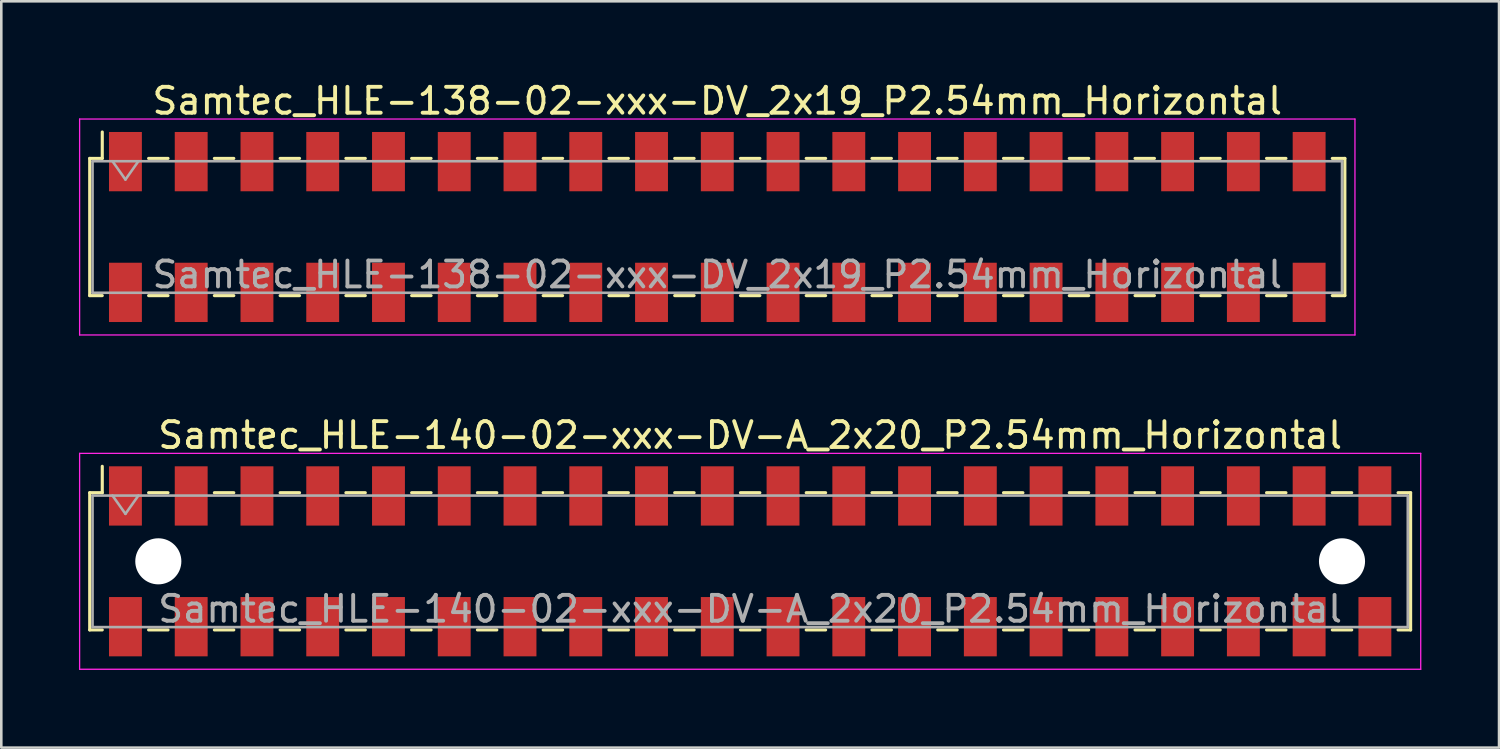
<source format=kicad_pcb>
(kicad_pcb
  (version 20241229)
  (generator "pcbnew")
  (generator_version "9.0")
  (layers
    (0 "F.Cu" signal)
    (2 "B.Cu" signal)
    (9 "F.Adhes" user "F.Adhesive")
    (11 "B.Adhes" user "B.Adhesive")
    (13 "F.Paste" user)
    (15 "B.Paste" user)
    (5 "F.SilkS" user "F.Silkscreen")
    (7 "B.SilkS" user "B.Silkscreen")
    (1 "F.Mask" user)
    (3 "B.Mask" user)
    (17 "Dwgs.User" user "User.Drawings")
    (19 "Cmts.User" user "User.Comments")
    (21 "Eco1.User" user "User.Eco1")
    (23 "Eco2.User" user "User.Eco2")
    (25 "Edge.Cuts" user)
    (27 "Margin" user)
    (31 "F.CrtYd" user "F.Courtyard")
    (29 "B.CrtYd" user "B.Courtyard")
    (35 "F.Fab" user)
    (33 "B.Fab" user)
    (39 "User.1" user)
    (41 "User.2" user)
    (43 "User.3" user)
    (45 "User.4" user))
  (footprint "Samtec_HLE-140-02-xxx-DV-A_2x20_P2.54mm_Horizontal"
    (layer "F.Cu")
    (at 25.925 18.631)
    (property "Reference" "Samtec_HLE-140-02-xxx-DV-A_2x20_P2.54mm_Horizontal" (at 0 -4.87 0) (layer "F.SilkS") (effects (font (size 1 1) (thickness 0.15))))
    (attr smd)
    (fp_line (start -25.51 -2.65) (end -25.51 2.65) (stroke (width 0.12) (type solid)) (layer "F.SilkS"))
    (fp_line (start -25.51 2.65) (end -25.025 2.65) (stroke (width 0.12) (type solid)) (layer "F.SilkS"))
    (fp_line (start -25.025 -3.67) (end -25.025 -2.65) (stroke (width 0.12) (type solid)) (layer "F.SilkS"))
    (fp_line (start -25.025 -2.65) (end -25.51 -2.65) (stroke (width 0.12) (type solid)) (layer "F.SilkS"))
    (fp_line (start -23.235 -2.65) (end -22.485 -2.65) (stroke (width 0.12) (type solid)) (layer "F.SilkS"))
    (fp_line (start -23.235 2.65) (end -22.485 2.65) (stroke (width 0.12) (type solid)) (layer "F.SilkS"))
    (fp_line (start -20.695 -2.65) (end -19.945 -2.65) (stroke (width 0.12) (type solid)) (layer "F.SilkS"))
    (fp_line (start -20.695 2.65) (end -19.945 2.65) (stroke (width 0.12) (type solid)) (layer "F.SilkS"))
    (fp_line (start -18.155 -2.65) (end -17.405 -2.65) (stroke (width 0.12) (type solid)) (layer "F.SilkS"))
    (fp_line (start -18.155 2.65) (end -17.405 2.65) (stroke (width 0.12) (type solid)) (layer "F.SilkS"))
    (fp_line (start -15.615 -2.65) (end -14.865 -2.65) (stroke (width 0.12) (type solid)) (layer "F.SilkS"))
    (fp_line (start -15.615 2.65) (end -14.865 2.65) (stroke (width 0.12) (type solid)) (layer "F.SilkS"))
    (fp_line (start -13.075 -2.65) (end -12.325 -2.65) (stroke (width 0.12) (type solid)) (layer "F.SilkS"))
    (fp_line (start -13.075 2.65) (end -12.325 2.65) (stroke (width 0.12) (type solid)) (layer "F.SilkS"))
    (fp_line (start -10.535 -2.65) (end -9.785 -2.65) (stroke (width 0.12) (type solid)) (layer "F.SilkS"))
    (fp_line (start -10.535 2.65) (end -9.785 2.65) (stroke (width 0.12) (type solid)) (layer "F.SilkS"))
    (fp_line (start -7.995 -2.65) (end -7.245 -2.65) (stroke (width 0.12) (type solid)) (layer "F.SilkS"))
    (fp_line (start -7.995 2.65) (end -7.245 2.65) (stroke (width 0.12) (type solid)) (layer "F.SilkS"))
    (fp_line (start -5.455 -2.65) (end -4.705 -2.65) (stroke (width 0.12) (type solid)) (layer "F.SilkS"))
    (fp_line (start -5.455 2.65) (end -4.705 2.65) (stroke (width 0.12) (type solid)) (layer "F.SilkS"))
    (fp_line (start -2.915 -2.65) (end -2.165 -2.65) (stroke (width 0.12) (type solid)) (layer "F.SilkS"))
    (fp_line (start -2.915 2.65) (end -2.165 2.65) (stroke (width 0.12) (type solid)) (layer "F.SilkS"))
    (fp_line (start -0.375 -2.65) (end 0.375 -2.65) (stroke (width 0.12) (type solid)) (layer "F.SilkS"))
    (fp_line (start -0.375 2.65) (end 0.375 2.65) (stroke (width 0.12) (type solid)) (layer "F.SilkS"))
    (fp_line (start 2.165 -2.65) (end 2.915 -2.65) (stroke (width 0.12) (type solid)) (layer "F.SilkS"))
    (fp_line (start 2.165 2.65) (end 2.915 2.65) (stroke (width 0.12) (type solid)) (layer "F.SilkS"))
    (fp_line (start 4.705 -2.65) (end 5.455 -2.65) (stroke (width 0.12) (type solid)) (layer "F.SilkS"))
    (fp_line (start 4.705 2.65) (end 5.455 2.65) (stroke (width 0.12) (type solid)) (layer "F.SilkS"))
    (fp_line (start 7.245 -2.65) (end 7.995 -2.65) (stroke (width 0.12) (type solid)) (layer "F.SilkS"))
    (fp_line (start 7.245 2.65) (end 7.995 2.65) (stroke (width 0.12) (type solid)) (layer "F.SilkS"))
    (fp_line (start 9.785 -2.65) (end 10.535 -2.65) (stroke (width 0.12) (type solid)) (layer "F.SilkS"))
    (fp_line (start 9.785 2.65) (end 10.535 2.65) (stroke (width 0.12) (type solid)) (layer "F.SilkS"))
    (fp_line (start 12.325 -2.65) (end 13.075 -2.65) (stroke (width 0.12) (type solid)) (layer "F.SilkS"))
    (fp_line (start 12.325 2.65) (end 13.075 2.65) (stroke (width 0.12) (type solid)) (layer "F.SilkS"))
    (fp_line (start 14.865 -2.65) (end 15.615 -2.65) (stroke (width 0.12) (type solid)) (layer "F.SilkS"))
    (fp_line (start 14.865 2.65) (end 15.615 2.65) (stroke (width 0.12) (type solid)) (layer "F.SilkS"))
    (fp_line (start 17.405 -2.65) (end 18.155 -2.65) (stroke (width 0.12) (type solid)) (layer "F.SilkS"))
    (fp_line (start 17.405 2.65) (end 18.155 2.65) (stroke (width 0.12) (type solid)) (layer "F.SilkS"))
    (fp_line (start 19.945 -2.65) (end 20.695 -2.65) (stroke (width 0.12) (type solid)) (layer "F.SilkS"))
    (fp_line (start 19.945 2.65) (end 20.695 2.65) (stroke (width 0.12) (type solid)) (layer "F.SilkS"))
    (fp_line (start 22.485 -2.65) (end 23.235 -2.65) (stroke (width 0.12) (type solid)) (layer "F.SilkS"))
    (fp_line (start 22.485 2.65) (end 23.235 2.65) (stroke (width 0.12) (type solid)) (layer "F.SilkS"))
    (fp_line (start 25.025 -2.65) (end 25.51 -2.65) (stroke (width 0.12) (type solid)) (layer "F.SilkS"))
    (fp_line (start 25.51 -2.65) (end 25.51 2.65) (stroke (width 0.12) (type solid)) (layer "F.SilkS"))
    (fp_line (start 25.51 2.65) (end 25.025 2.65) (stroke (width 0.12) (type solid)) (layer "F.SilkS"))
    (fp_line (start -25.9 -4.17) (end 25.9 -4.17) (stroke (width 0.05) (type solid)) (layer "F.CrtYd"))
    (fp_line (start -25.9 4.17) (end -25.9 -4.17) (stroke (width 0.05) (type solid)) (layer "F.CrtYd"))
    (fp_line (start 25.9 -4.17) (end 25.9 4.17) (stroke (width 0.05) (type solid)) (layer "F.CrtYd"))
    (fp_line (start 25.9 4.17) (end -25.9 4.17) (stroke (width 0.05) (type solid)) (layer "F.CrtYd"))
    (fp_line (start -25.4 -2.54) (end 25.4 -2.54) (stroke (width 0.1) (type solid)) (layer "F.Fab"))
    (fp_line (start -25.4 2.54) (end -25.4 -2.54) (stroke (width 0.1) (type solid)) (layer "F.Fab"))
    (fp_line (start -24.63 -2.54) (end -24.13 -1.833) (stroke (width 0.1) (type solid)) (layer "F.Fab"))
    (fp_line (start -24.13 -1.833) (end -23.63 -2.54) (stroke (width 0.1) (type solid)) (layer "F.Fab"))
    (fp_line (start 25.4 -2.54) (end 25.4 2.54) (stroke (width 0.1) (type solid)) (layer "F.Fab"))
    (fp_line (start 25.4 2.54) (end -25.4 2.54) (stroke (width 0.1) (type solid)) (layer "F.Fab"))
    (fp_text user "${REFERENCE}" (at 0 1.84 0) (layer "F.Fab") (effects (font (size 1 1) (thickness 0.15))))
    (pad "" np_thru_hole circle (at -22.86 0) (size 1.78 1.78) (drill 1.78) (layers "*.Cu" "*.Mask"))
    (pad "" np_thru_hole circle (at 22.86 0) (size 1.78 1.78) (drill 1.78) (layers "*.Cu" "*.Mask"))
    (pad "1" smd rect (at -24.13 -2.525) (size 1.27 2.29) (layers "F.Cu" "F.Mask" "F.Paste"))
    (pad "2" smd rect (at -24.13 2.525) (size 1.27 2.29) (layers "F.Cu" "F.Mask" "F.Paste"))
    (pad "3" smd rect (at -21.59 -2.525) (size 1.27 2.29) (layers "F.Cu" "F.Mask" "F.Paste"))
    (pad "4" smd rect (at -21.59 2.525) (size 1.27 2.29) (layers "F.Cu" "F.Mask" "F.Paste"))
    (pad "5" smd rect (at -19.05 -2.525) (size 1.27 2.29) (layers "F.Cu" "F.Mask" "F.Paste"))
    (pad "6" smd rect (at -19.05 2.525) (size 1.27 2.29) (layers "F.Cu" "F.Mask" "F.Paste"))
    (pad "7" smd rect (at -16.51 -2.525) (size 1.27 2.29) (layers "F.Cu" "F.Mask" "F.Paste"))
    (pad "8" smd rect (at -16.51 2.525) (size 1.27 2.29) (layers "F.Cu" "F.Mask" "F.Paste"))
    (pad "9" smd rect (at -13.97 -2.525) (size 1.27 2.29) (layers "F.Cu" "F.Mask" "F.Paste"))
    (pad "10" smd rect (at -13.97 2.525) (size 1.27 2.29) (layers "F.Cu" "F.Mask" "F.Paste"))
    (pad "11" smd rect (at -11.43 -2.525) (size 1.27 2.29) (layers "F.Cu" "F.Mask" "F.Paste"))
    (pad "12" smd rect (at -11.43 2.525) (size 1.27 2.29) (layers "F.Cu" "F.Mask" "F.Paste"))
    (pad "13" smd rect (at -8.89 -2.525) (size 1.27 2.29) (layers "F.Cu" "F.Mask" "F.Paste"))
    (pad "14" smd rect (at -8.89 2.525) (size 1.27 2.29) (layers "F.Cu" "F.Mask" "F.Paste"))
    (pad "15" smd rect (at -6.35 -2.525) (size 1.27 2.29) (layers "F.Cu" "F.Mask" "F.Paste"))
    (pad "16" smd rect (at -6.35 2.525) (size 1.27 2.29) (layers "F.Cu" "F.Mask" "F.Paste"))
    (pad "17" smd rect (at -3.81 -2.525) (size 1.27 2.29) (layers "F.Cu" "F.Mask" "F.Paste"))
    (pad "18" smd rect (at -3.81 2.525) (size 1.27 2.29) (layers "F.Cu" "F.Mask" "F.Paste"))
    (pad "19" smd rect (at -1.27 -2.525) (size 1.27 2.29) (layers "F.Cu" "F.Mask" "F.Paste"))
    (pad "20" smd rect (at -1.27 2.525) (size 1.27 2.29) (layers "F.Cu" "F.Mask" "F.Paste"))
    (pad "21" smd rect (at 1.27 -2.525) (size 1.27 2.29) (layers "F.Cu" "F.Mask" "F.Paste"))
    (pad "22" smd rect (at 1.27 2.525) (size 1.27 2.29) (layers "F.Cu" "F.Mask" "F.Paste"))
    (pad "23" smd rect (at 3.81 -2.525) (size 1.27 2.29) (layers "F.Cu" "F.Mask" "F.Paste"))
    (pad "24" smd rect (at 3.81 2.525) (size 1.27 2.29) (layers "F.Cu" "F.Mask" "F.Paste"))
    (pad "25" smd rect (at 6.35 -2.525) (size 1.27 2.29) (layers "F.Cu" "F.Mask" "F.Paste"))
    (pad "26" smd rect (at 6.35 2.525) (size 1.27 2.29) (layers "F.Cu" "F.Mask" "F.Paste"))
    (pad "27" smd rect (at 8.89 -2.525) (size 1.27 2.29) (layers "F.Cu" "F.Mask" "F.Paste"))
    (pad "28" smd rect (at 8.89 2.525) (size 1.27 2.29) (layers "F.Cu" "F.Mask" "F.Paste"))
    (pad "29" smd rect (at 11.43 -2.525) (size 1.27 2.29) (layers "F.Cu" "F.Mask" "F.Paste"))
    (pad "30" smd rect (at 11.43 2.525) (size 1.27 2.29) (layers "F.Cu" "F.Mask" "F.Paste"))
    (pad "31" smd rect (at 13.97 -2.525) (size 1.27 2.29) (layers "F.Cu" "F.Mask" "F.Paste"))
    (pad "32" smd rect (at 13.97 2.525) (size 1.27 2.29) (layers "F.Cu" "F.Mask" "F.Paste"))
    (pad "33" smd rect (at 16.51 -2.525) (size 1.27 2.29) (layers "F.Cu" "F.Mask" "F.Paste"))
    (pad "34" smd rect (at 16.51 2.525) (size 1.27 2.29) (layers "F.Cu" "F.Mask" "F.Paste"))
    (pad "35" smd rect (at 19.05 -2.525) (size 1.27 2.29) (layers "F.Cu" "F.Mask" "F.Paste"))
    (pad "36" smd rect (at 19.05 2.525) (size 1.27 2.29) (layers "F.Cu" "F.Mask" "F.Paste"))
    (pad "37" smd rect (at 21.59 -2.525) (size 1.27 2.29) (layers "F.Cu" "F.Mask" "F.Paste"))
    (pad "38" smd rect (at 21.59 2.525) (size 1.27 2.29) (layers "F.Cu" "F.Mask" "F.Paste"))
    (pad "39" smd rect (at 24.13 -2.525) (size 1.27 2.29) (layers "F.Cu" "F.Mask" "F.Paste"))
    (pad "40" smd rect (at 24.13 2.525) (size 1.27 2.29) (layers "F.Cu" "F.Mask" "F.Paste")))
  (footprint "Samtec_HLE-138-02-xxx-DV_2x19_P2.54mm_Horizontal"
    (layer "F.Cu")
    (at 24.655 5.718)
    (property "Reference" "Samtec_HLE-138-02-xxx-DV_2x19_P2.54mm_Horizontal" (at 0 -4.87 0) (layer "F.SilkS") (effects (font (size 1 1) (thickness 0.15))))
    (attr smd)
    (fp_line (start -24.24 -2.65) (end -24.24 2.65) (stroke (width 0.12) (type solid)) (layer "F.SilkS"))
    (fp_line (start -24.24 2.65) (end -23.755 2.65) (stroke (width 0.12) (type solid)) (layer "F.SilkS"))
    (fp_line (start -23.755 -3.67) (end -23.755 -2.65) (stroke (width 0.12) (type solid)) (layer "F.SilkS"))
    (fp_line (start -23.755 -2.65) (end -24.24 -2.65) (stroke (width 0.12) (type solid)) (layer "F.SilkS"))
    (fp_line (start -21.965 -2.65) (end -21.215 -2.65) (stroke (width 0.12) (type solid)) (layer "F.SilkS"))
    (fp_line (start -21.965 2.65) (end -21.215 2.65) (stroke (width 0.12) (type solid)) (layer "F.SilkS"))
    (fp_line (start -19.425 -2.65) (end -18.675 -2.65) (stroke (width 0.12) (type solid)) (layer "F.SilkS"))
    (fp_line (start -19.425 2.65) (end -18.675 2.65) (stroke (width 0.12) (type solid)) (layer "F.SilkS"))
    (fp_line (start -16.885 -2.65) (end -16.135 -2.65) (stroke (width 0.12) (type solid)) (layer "F.SilkS"))
    (fp_line (start -16.885 2.65) (end -16.135 2.65) (stroke (width 0.12) (type solid)) (layer "F.SilkS"))
    (fp_line (start -14.345 -2.65) (end -13.595 -2.65) (stroke (width 0.12) (type solid)) (layer "F.SilkS"))
    (fp_line (start -14.345 2.65) (end -13.595 2.65) (stroke (width 0.12) (type solid)) (layer "F.SilkS"))
    (fp_line (start -11.805 -2.65) (end -11.055 -2.65) (stroke (width 0.12) (type solid)) (layer "F.SilkS"))
    (fp_line (start -11.805 2.65) (end -11.055 2.65) (stroke (width 0.12) (type solid)) (layer "F.SilkS"))
    (fp_line (start -9.265 -2.65) (end -8.515 -2.65) (stroke (width 0.12) (type solid)) (layer "F.SilkS"))
    (fp_line (start -9.265 2.65) (end -8.515 2.65) (stroke (width 0.12) (type solid)) (layer "F.SilkS"))
    (fp_line (start -6.725 -2.65) (end -5.975 -2.65) (stroke (width 0.12) (type solid)) (layer "F.SilkS"))
    (fp_line (start -6.725 2.65) (end -5.975 2.65) (stroke (width 0.12) (type solid)) (layer "F.SilkS"))
    (fp_line (start -4.185 -2.65) (end -3.435 -2.65) (stroke (width 0.12) (type solid)) (layer "F.SilkS"))
    (fp_line (start -4.185 2.65) (end -3.435 2.65) (stroke (width 0.12) (type solid)) (layer "F.SilkS"))
    (fp_line (start -1.645 -2.65) (end -0.895 -2.65) (stroke (width 0.12) (type solid)) (layer "F.SilkS"))
    (fp_line (start -1.645 2.65) (end -0.895 2.65) (stroke (width 0.12) (type solid)) (layer "F.SilkS"))
    (fp_line (start 0.895 -2.65) (end 1.645 -2.65) (stroke (width 0.12) (type solid)) (layer "F.SilkS"))
    (fp_line (start 0.895 2.65) (end 1.645 2.65) (stroke (width 0.12) (type solid)) (layer "F.SilkS"))
    (fp_line (start 3.435 -2.65) (end 4.185 -2.65) (stroke (width 0.12) (type solid)) (layer "F.SilkS"))
    (fp_line (start 3.435 2.65) (end 4.185 2.65) (stroke (width 0.12) (type solid)) (layer "F.SilkS"))
    (fp_line (start 5.975 -2.65) (end 6.725 -2.65) (stroke (width 0.12) (type solid)) (layer "F.SilkS"))
    (fp_line (start 5.975 2.65) (end 6.725 2.65) (stroke (width 0.12) (type solid)) (layer "F.SilkS"))
    (fp_line (start 8.515 -2.65) (end 9.265 -2.65) (stroke (width 0.12) (type solid)) (layer "F.SilkS"))
    (fp_line (start 8.515 2.65) (end 9.265 2.65) (stroke (width 0.12) (type solid)) (layer "F.SilkS"))
    (fp_line (start 11.055 -2.65) (end 11.805 -2.65) (stroke (width 0.12) (type solid)) (layer "F.SilkS"))
    (fp_line (start 11.055 2.65) (end 11.805 2.65) (stroke (width 0.12) (type solid)) (layer "F.SilkS"))
    (fp_line (start 13.595 -2.65) (end 14.345 -2.65) (stroke (width 0.12) (type solid)) (layer "F.SilkS"))
    (fp_line (start 13.595 2.65) (end 14.345 2.65) (stroke (width 0.12) (type solid)) (layer "F.SilkS"))
    (fp_line (start 16.135 -2.65) (end 16.885 -2.65) (stroke (width 0.12) (type solid)) (layer "F.SilkS"))
    (fp_line (start 16.135 2.65) (end 16.885 2.65) (stroke (width 0.12) (type solid)) (layer "F.SilkS"))
    (fp_line (start 18.675 -2.65) (end 19.425 -2.65) (stroke (width 0.12) (type solid)) (layer "F.SilkS"))
    (fp_line (start 18.675 2.65) (end 19.425 2.65) (stroke (width 0.12) (type solid)) (layer "F.SilkS"))
    (fp_line (start 21.215 -2.65) (end 21.965 -2.65) (stroke (width 0.12) (type solid)) (layer "F.SilkS"))
    (fp_line (start 21.215 2.65) (end 21.965 2.65) (stroke (width 0.12) (type solid)) (layer "F.SilkS"))
    (fp_line (start 23.755 -2.65) (end 24.24 -2.65) (stroke (width 0.12) (type solid)) (layer "F.SilkS"))
    (fp_line (start 24.24 -2.65) (end 24.24 2.65) (stroke (width 0.12) (type solid)) (layer "F.SilkS"))
    (fp_line (start 24.24 2.65) (end 23.755 2.65) (stroke (width 0.12) (type solid)) (layer "F.SilkS"))
    (fp_line (start -24.63 -4.17) (end 24.63 -4.17) (stroke (width 0.05) (type solid)) (layer "F.CrtYd"))
    (fp_line (start -24.63 4.17) (end -24.63 -4.17) (stroke (width 0.05) (type solid)) (layer "F.CrtYd"))
    (fp_line (start 24.63 -4.17) (end 24.63 4.17) (stroke (width 0.05) (type solid)) (layer "F.CrtYd"))
    (fp_line (start 24.63 4.17) (end -24.63 4.17) (stroke (width 0.05) (type solid)) (layer "F.CrtYd"))
    (fp_line (start -24.13 -2.54) (end 24.13 -2.54) (stroke (width 0.1) (type solid)) (layer "F.Fab"))
    (fp_line (start -24.13 2.54) (end -24.13 -2.54) (stroke (width 0.1) (type solid)) (layer "F.Fab"))
    (fp_line (start -23.36 -2.54) (end -22.86 -1.833) (stroke (width 0.1) (type solid)) (layer "F.Fab"))
    (fp_line (start -22.86 -1.833) (end -22.36 -2.54) (stroke (width 0.1) (type solid)) (layer "F.Fab"))
    (fp_line (start 24.13 -2.54) (end 24.13 2.54) (stroke (width 0.1) (type solid)) (layer "F.Fab"))
    (fp_line (start 24.13 2.54) (end -24.13 2.54) (stroke (width 0.1) (type solid)) (layer "F.Fab"))
    (fp_text user "${REFERENCE}" (at 0 1.84 0) (layer "F.Fab") (effects (font (size 1 1) (thickness 0.15))))
    (pad "1" smd rect (at -22.86 -2.525) (size 1.27 2.29) (layers "F.Cu" "F.Mask" "F.Paste"))
    (pad "2" smd rect (at -22.86 2.525) (size 1.27 2.29) (layers "F.Cu" "F.Mask" "F.Paste"))
    (pad "3" smd rect (at -20.32 -2.525) (size 1.27 2.29) (layers "F.Cu" "F.Mask" "F.Paste"))
    (pad "4" smd rect (at -20.32 2.525) (size 1.27 2.29) (layers "F.Cu" "F.Mask" "F.Paste"))
    (pad "5" smd rect (at -17.78 -2.525) (size 1.27 2.29) (layers "F.Cu" "F.Mask" "F.Paste"))
    (pad "6" smd rect (at -17.78 2.525) (size 1.27 2.29) (layers "F.Cu" "F.Mask" "F.Paste"))
    (pad "7" smd rect (at -15.24 -2.525) (size 1.27 2.29) (layers "F.Cu" "F.Mask" "F.Paste"))
    (pad "8" smd rect (at -15.24 2.525) (size 1.27 2.29) (layers "F.Cu" "F.Mask" "F.Paste"))
    (pad "9" smd rect (at -12.7 -2.525) (size 1.27 2.29) (layers "F.Cu" "F.Mask" "F.Paste"))
    (pad "10" smd rect (at -12.7 2.525) (size 1.27 2.29) (layers "F.Cu" "F.Mask" "F.Paste"))
    (pad "11" smd rect (at -10.16 -2.525) (size 1.27 2.29) (layers "F.Cu" "F.Mask" "F.Paste"))
    (pad "12" smd rect (at -10.16 2.525) (size 1.27 2.29) (layers "F.Cu" "F.Mask" "F.Paste"))
    (pad "13" smd rect (at -7.62 -2.525) (size 1.27 2.29) (layers "F.Cu" "F.Mask" "F.Paste"))
    (pad "14" smd rect (at -7.62 2.525) (size 1.27 2.29) (layers "F.Cu" "F.Mask" "F.Paste"))
    (pad "15" smd rect (at -5.08 -2.525) (size 1.27 2.29) (layers "F.Cu" "F.Mask" "F.Paste"))
    (pad "16" smd rect (at -5.08 2.525) (size 1.27 2.29) (layers "F.Cu" "F.Mask" "F.Paste"))
    (pad "17" smd rect (at -2.54 -2.525) (size 1.27 2.29) (layers "F.Cu" "F.Mask" "F.Paste"))
    (pad "18" smd rect (at -2.54 2.525) (size 1.27 2.29) (layers "F.Cu" "F.Mask" "F.Paste"))
    (pad "19" smd rect (at 0 -2.525) (size 1.27 2.29) (layers "F.Cu" "F.Mask" "F.Paste"))
    (pad "20" smd rect (at 0 2.525) (size 1.27 2.29) (layers "F.Cu" "F.Mask" "F.Paste"))
    (pad "21" smd rect (at 2.54 -2.525) (size 1.27 2.29) (layers "F.Cu" "F.Mask" "F.Paste"))
    (pad "22" smd rect (at 2.54 2.525) (size 1.27 2.29) (layers "F.Cu" "F.Mask" "F.Paste"))
    (pad "23" smd rect (at 5.08 -2.525) (size 1.27 2.29) (layers "F.Cu" "F.Mask" "F.Paste"))
    (pad "24" smd rect (at 5.08 2.525) (size 1.27 2.29) (layers "F.Cu" "F.Mask" "F.Paste"))
    (pad "25" smd rect (at 7.62 -2.525) (size 1.27 2.29) (layers "F.Cu" "F.Mask" "F.Paste"))
    (pad "26" smd rect (at 7.62 2.525) (size 1.27 2.29) (layers "F.Cu" "F.Mask" "F.Paste"))
    (pad "27" smd rect (at 10.16 -2.525) (size 1.27 2.29) (layers "F.Cu" "F.Mask" "F.Paste"))
    (pad "28" smd rect (at 10.16 2.525) (size 1.27 2.29) (layers "F.Cu" "F.Mask" "F.Paste"))
    (pad "29" smd rect (at 12.7 -2.525) (size 1.27 2.29) (layers "F.Cu" "F.Mask" "F.Paste"))
    (pad "30" smd rect (at 12.7 2.525) (size 1.27 2.29) (layers "F.Cu" "F.Mask" "F.Paste"))
    (pad "31" smd rect (at 15.24 -2.525) (size 1.27 2.29) (layers "F.Cu" "F.Mask" "F.Paste"))
    (pad "32" smd rect (at 15.24 2.525) (size 1.27 2.29) (layers "F.Cu" "F.Mask" "F.Paste"))
    (pad "33" smd rect (at 17.78 -2.525) (size 1.27 2.29) (layers "F.Cu" "F.Mask" "F.Paste"))
    (pad "34" smd rect (at 17.78 2.525) (size 1.27 2.29) (layers "F.Cu" "F.Mask" "F.Paste"))
    (pad "35" smd rect (at 20.32 -2.525) (size 1.27 2.29) (layers "F.Cu" "F.Mask" "F.Paste"))
    (pad "36" smd rect (at 20.32 2.525) (size 1.27 2.29) (layers "F.Cu" "F.Mask" "F.Paste"))
    (pad "37" smd rect (at 22.86 -2.525) (size 1.27 2.29) (layers "F.Cu" "F.Mask" "F.Paste"))
    (pad "38" smd rect (at 22.86 2.525) (size 1.27 2.29) (layers "F.Cu" "F.Mask" "F.Paste")))
  (gr_rect
    (start -3 -3)
    (end 54.85 25.826)
    (stroke (width 0.1) (type default))
    (fill no)
    (layer "Edge.Cuts")))
</source>
